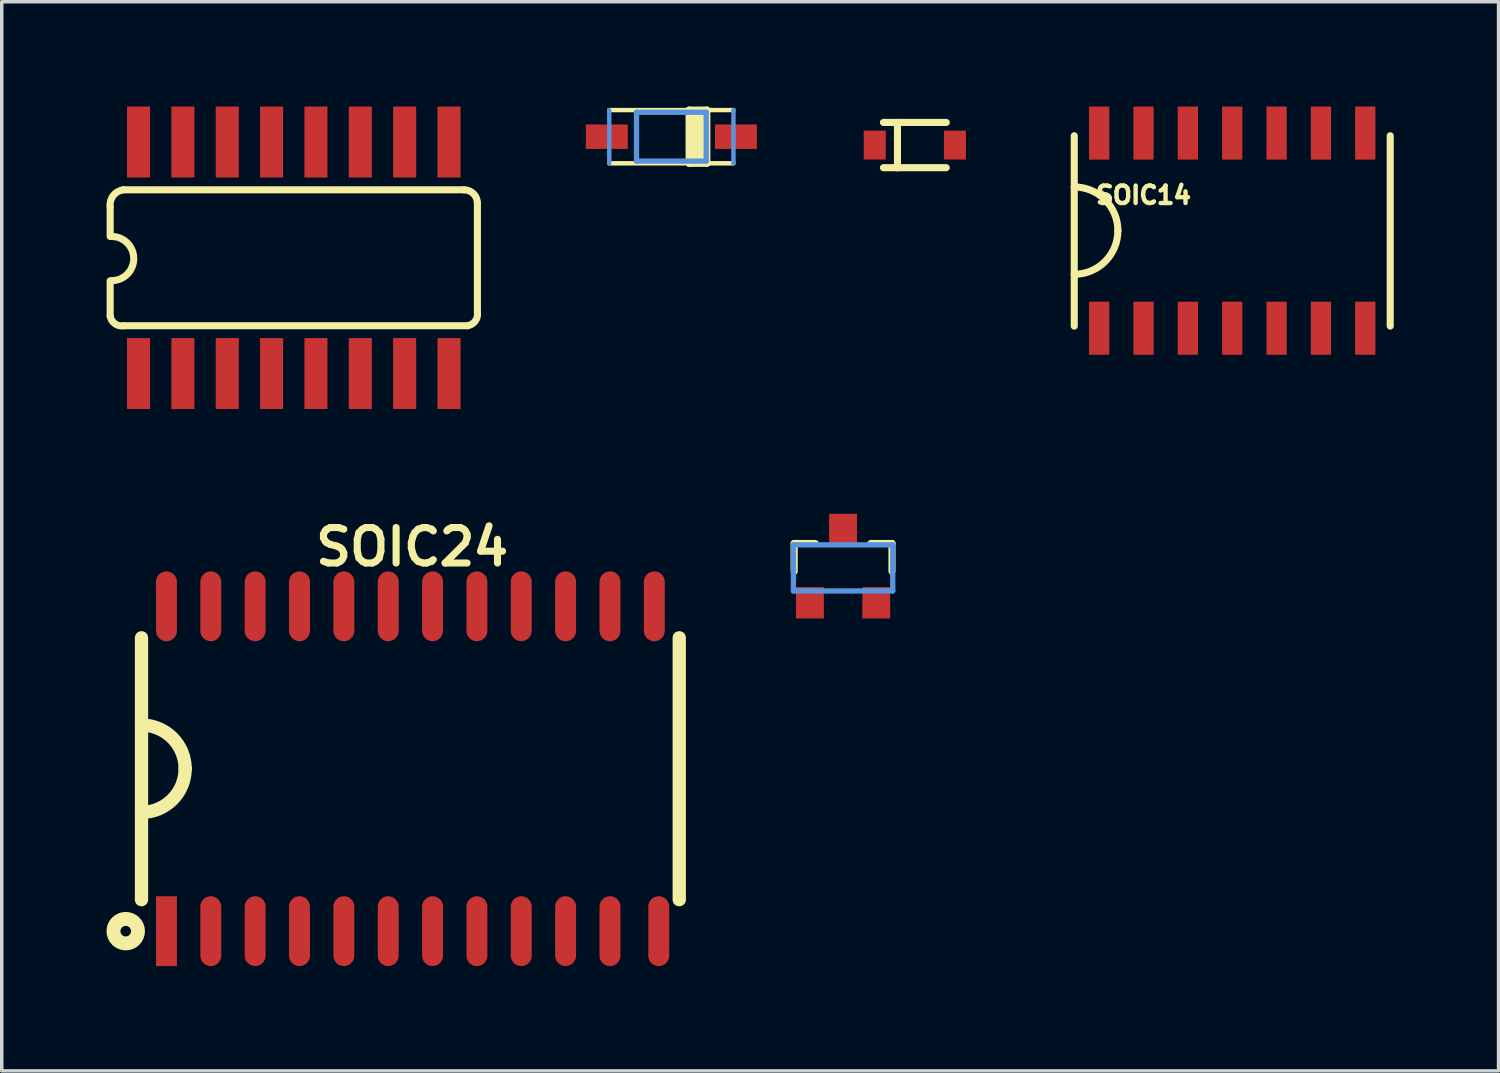
<source format=kicad_pcb>
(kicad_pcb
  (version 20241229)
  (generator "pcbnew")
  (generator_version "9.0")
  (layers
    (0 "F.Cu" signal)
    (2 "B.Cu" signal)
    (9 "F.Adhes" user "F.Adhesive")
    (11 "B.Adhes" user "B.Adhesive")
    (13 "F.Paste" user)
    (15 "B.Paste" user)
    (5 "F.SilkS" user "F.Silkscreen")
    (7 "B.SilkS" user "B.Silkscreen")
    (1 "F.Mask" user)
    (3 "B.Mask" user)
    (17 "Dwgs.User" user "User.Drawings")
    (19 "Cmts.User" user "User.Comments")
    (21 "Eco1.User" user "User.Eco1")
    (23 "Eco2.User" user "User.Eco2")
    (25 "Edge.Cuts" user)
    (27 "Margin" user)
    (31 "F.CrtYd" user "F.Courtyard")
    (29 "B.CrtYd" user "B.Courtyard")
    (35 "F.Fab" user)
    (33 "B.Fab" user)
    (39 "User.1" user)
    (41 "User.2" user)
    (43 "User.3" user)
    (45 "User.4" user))
  (footprint "SOD-323"
    (layer "F.Cu")
    (at 23.146 1.104)
    (property "Reference" "SOD-323" (at -0.076 -0.813 0) (layer "Eco1.User") (effects (font (size 0.406 0.406) (thickness 0.03))))
    (attr through_hole)
    (fp_line (start -0.899 -0.648) (end -0.498 -0.648) (stroke (width 0.203) (type solid)) (layer "F.SilkS"))
    (fp_line (start -0.899 0.648) (end -0.498 0.648) (stroke (width 0.203) (type solid)) (layer "F.SilkS"))
    (fp_line (start -0.498 -0.648) (end -0.498 0.648) (stroke (width 0.203) (type solid)) (layer "F.SilkS"))
    (fp_line (start -0.498 -0.648) (end 0.899 -0.648) (stroke (width 0.203) (type solid)) (layer "F.SilkS"))
    (fp_line (start -0.498 0.648) (end 0.899 0.648) (stroke (width 0.203) (type solid)) (layer "F.SilkS"))
    (pad "1" smd rect (at -1.148 0) (size 0.63 0.828) (layers "F.Cu" "F.Mask" "F.Paste"))
    (pad "2" smd rect (at 1.148 0) (size 0.63 0.828) (layers "F.Cu" "F.Mask" "F.Paste")))
  (footprint "SOT23-3"
    (layer "F.Cu")
    (at 21.091 13.211)
    (property "Reference" "SOT23-3" (at 0 -0.15 0) (layer "Eco1.User") (effects (font (size 0.254 0.254) (thickness 0.03))))
    (attr through_hole)
    (fp_line (start -1.4 -0.699) (end -1.4 0.099) (stroke (width 0.203) (type solid)) (layer "F.SilkS"))
    (fp_line (start -0.798 -0.699) (end -1.4 -0.699) (stroke (width 0.203) (type solid)) (layer "F.SilkS"))
    (fp_line (start 0.798 -0.699) (end 1.4 -0.699) (stroke (width 0.203) (type solid)) (layer "F.SilkS"))
    (fp_line (start 1.4 -0.699) (end 1.4 0.099) (stroke (width 0.203) (type solid)) (layer "F.SilkS"))
    (fp_line (start -1.422 -0.66) (end 1.422 -0.66) (stroke (width 0.152) (type solid)) (layer "Cmts.User"))
    (fp_line (start -1.422 0.66) (end -1.422 -0.66) (stroke (width 0.152) (type solid)) (layer "Cmts.User"))
    (fp_line (start 1.422 -0.66) (end 1.422 0.66) (stroke (width 0.152) (type solid)) (layer "Cmts.User"))
    (fp_line (start 1.422 0.66) (end -1.422 0.66) (stroke (width 0.152) (type solid)) (layer "Cmts.User"))
    (pad "1" smd rect (at -0.95 0.998) (size 0.798 0.899) (layers "F.Cu" "F.Mask" "F.Paste"))
    (pad "2" smd rect (at 0.95 0.998) (size 0.798 0.899) (layers "F.Cu" "F.Mask" "F.Paste"))
    (pad "3" smd rect (at 0 -1.1) (size 0.798 0.899) (layers "F.Cu" "F.Mask" "F.Paste")))
  (footprint "SOIC24"
    (layer "F.Cu")
    (at 8.701 18.962)
    (property "Reference" "SOIC24" (at 0.051 -6.35 0) (layer "F.SilkS") (effects (font (size 1.016 1.016) (thickness 0.203))))
    (attr smd)
    (fp_line (start -7.699 -3.749) (end -7.699 3.749) (stroke (width 0.381) (type solid)) (layer "F.SilkS"))
    (fp_line (start 7.699 -3.749) (end 7.699 3.749) (stroke (width 0.381) (type solid)) (layer "F.SilkS"))
    (fp_arc (start -7.69874 -1.24968) (mid -6.815083 -0.883657) (end -6.44906 0) (stroke (width 0.381) (type solid)) (layer "F.SilkS"))
    (fp_arc (start -6.44906 0) (mid -6.815083 0.883657) (end -7.69874 1.24968) (stroke (width 0.381) (type solid)) (layer "F.SilkS"))
    (fp_circle (center -8.151 4.651) (end -7.8 4.651) (stroke (width 0.399) (type solid)) (fill no) (layer "F.SilkS"))
    (pad "1" smd rect (at -6.985 4.651) (size 0.599 1.999) (layers "F.Cu" "F.Mask" "F.Paste"))
    (pad "2" smd oval (at -5.715 4.651) (size 0.599 1.999) (layers "F.Cu" "F.Mask" "F.Paste"))
    (pad "3" smd oval (at -4.445 4.651) (size 0.599 1.999) (layers "F.Cu" "F.Mask" "F.Paste"))
    (pad "4" smd oval (at -3.175 4.651) (size 0.599 1.999) (layers "F.Cu" "F.Mask" "F.Paste"))
    (pad "5" smd oval (at -1.905 4.651) (size 0.599 1.999) (layers "F.Cu" "F.Mask" "F.Paste"))
    (pad "6" smd oval (at -0.635 4.651) (size 0.599 1.999) (layers "F.Cu" "F.Mask" "F.Paste"))
    (pad "7" smd oval (at 0.635 4.651) (size 0.599 1.999) (layers "F.Cu" "F.Mask" "F.Paste"))
    (pad "8" smd oval (at 1.905 4.651) (size 0.599 1.999) (layers "F.Cu" "F.Mask" "F.Paste"))
    (pad "9" smd oval (at 3.175 4.651) (size 0.599 1.999) (layers "F.Cu" "F.Mask" "F.Paste"))
    (pad "10" smd oval (at 4.445 4.651) (size 0.599 1.999) (layers "F.Cu" "F.Mask" "F.Paste"))
    (pad "11" smd oval (at 5.715 4.651) (size 0.599 1.999) (layers "F.Cu" "F.Mask" "F.Paste"))
    (pad "12" smd oval (at 7.112 4.651) (size 0.599 1.999) (layers "F.Cu" "F.Mask" "F.Paste"))
    (pad "13" smd oval (at 6.985 -4.651) (size 0.599 1.999) (layers "F.Cu" "F.Mask" "F.Paste"))
    (pad "14" smd oval (at 5.715 -4.651) (size 0.599 1.999) (layers "F.Cu" "F.Mask" "F.Paste"))
    (pad "15" smd oval (at 4.445 -4.651) (size 0.599 1.999) (layers "F.Cu" "F.Mask" "F.Paste"))
    (pad "16" smd oval (at 3.175 -4.651) (size 0.599 1.999) (layers "F.Cu" "F.Mask" "F.Paste"))
    (pad "17" smd oval (at 1.905 -4.651) (size 0.599 1.999) (layers "F.Cu" "F.Mask" "F.Paste"))
    (pad "18" smd oval (at 0.635 -4.651) (size 0.599 1.999) (layers "F.Cu" "F.Mask" "F.Paste"))
    (pad "19" smd oval (at -0.635 -4.651) (size 0.599 1.999) (layers "F.Cu" "F.Mask" "F.Paste"))
    (pad "20" smd oval (at -1.905 -4.651) (size 0.599 1.999) (layers "F.Cu" "F.Mask" "F.Paste"))
    (pad "21" smd oval (at -3.175 -4.651) (size 0.599 1.999) (layers "F.Cu" "F.Mask" "F.Paste"))
    (pad "22" smd oval (at -4.445 -4.651) (size 0.599 1.999) (layers "F.Cu" "F.Mask" "F.Paste"))
    (pad "23" smd oval (at -5.715 -4.651) (size 0.599 1.999) (layers "F.Cu" "F.Mask" "F.Paste"))
    (pad "24" smd oval (at -6.985 -4.651) (size 0.599 1.999) (layers "F.Cu" "F.Mask" "F.Paste")))
  (footprint "SOIC14"
    (layer "F.Cu")
    (at 32.234 3.554)
    (property "Reference" "SOIC14" (at -2.54 -1.016 0) (layer "F.SilkS") (effects (font (size 0.5 0.5) (thickness 0.125))))
    (attr smd)
    (fp_line (start -4.524 -2.716) (end -4.524 2.733) (stroke (width 0.203) (type solid)) (layer "F.SilkS"))
    (fp_line (start 4.524 -2.716) (end 4.524 2.733) (stroke (width 0.203) (type solid)) (layer "F.SilkS"))
    (fp_arc (start -4.52374 -1.24968) (mid -3.640083 -0.883657) (end -3.27406 0) (stroke (width 0.2032) (type solid)) (layer "F.SilkS"))
    (fp_arc (start -3.27406 0) (mid -3.640083 0.883657) (end -4.52374 1.24968) (stroke (width 0.2032) (type solid)) (layer "F.SilkS"))
    (pad "1" smd rect (at -3.81 2.794) (size 0.58 1.52) (layers "F.Cu" "F.Mask" "F.Paste"))
    (pad "2" smd rect (at -2.54 2.794) (size 0.58 1.52) (layers "F.Cu" "F.Mask" "F.Paste"))
    (pad "3" smd rect (at -1.27 2.794) (size 0.58 1.52) (layers "F.Cu" "F.Mask" "F.Paste"))
    (pad "4" smd rect (at 0 2.794) (size 0.58 1.52) (layers "F.Cu" "F.Mask" "F.Paste"))
    (pad "5" smd rect (at 1.27 2.794) (size 0.58 1.52) (layers "F.Cu" "F.Mask" "F.Paste"))
    (pad "6" smd rect (at 2.54 2.794) (size 0.58 1.52) (layers "F.Cu" "F.Mask" "F.Paste"))
    (pad "7" smd rect (at 3.81 2.794) (size 0.58 1.52) (layers "F.Cu" "F.Mask" "F.Paste"))
    (pad "8" smd rect (at 3.81 -2.794) (size 0.58 1.52) (layers "F.Cu" "F.Mask" "F.Paste"))
    (pad "9" smd rect (at 2.54 -2.794) (size 0.58 1.52) (layers "F.Cu" "F.Mask" "F.Paste"))
    (pad "10" smd rect (at 1.27 -2.794) (size 0.58 1.52) (layers "F.Cu" "F.Mask" "F.Paste"))
    (pad "11" smd rect (at 0 -2.794) (size 0.58 1.52) (layers "F.Cu" "F.Mask" "F.Paste"))
    (pad "12" smd rect (at -1.27 -2.794) (size 0.58 1.52) (layers "F.Cu" "F.Mask" "F.Paste"))
    (pad "13" smd rect (at -2.54 -2.794) (size 0.58 1.52) (layers "F.Cu" "F.Mask" "F.Paste"))
    (pad "14" smd rect (at -3.81 -2.794) (size 0.58 1.52) (layers "F.Cu" "F.Mask" "F.Paste")))
  (footprint "SOD-123"
    (layer "F.Cu")
    (at 16.174 0.864)
    (property "Reference" "SOD-123" (at -0.305 0 0) (layer "Eco1.User") (effects (font (size 0.406 0.406) (thickness 0.03))))
    (attr through_hole)
    (fp_line (start -1.778 -0.762) (end 1.778 -0.762) (stroke (width 0.127) (type solid)) (layer "F.SilkS"))
    (fp_line (start 0.508 -0.762) (end 1.016 -0.762) (stroke (width 0.203) (type solid)) (layer "F.SilkS"))
    (fp_line (start 0.508 0.762) (end 0.508 -0.762) (stroke (width 0.203) (type solid)) (layer "F.SilkS"))
    (fp_line (start 0.635 -0.635) (end 0.635 0.635) (stroke (width 0.203) (type solid)) (layer "F.SilkS"))
    (fp_line (start 0.635 0.635) (end 0.762 0.635) (stroke (width 0.203) (type solid)) (layer "F.SilkS"))
    (fp_line (start 0.762 -0.635) (end 0.889 -0.635) (stroke (width 0.203) (type solid)) (layer "F.SilkS"))
    (fp_line (start 0.762 0.635) (end 0.762 -0.635) (stroke (width 0.203) (type solid)) (layer "F.SilkS"))
    (fp_line (start 0.889 -0.635) (end 0.889 0.635) (stroke (width 0.203) (type solid)) (layer "F.SilkS"))
    (fp_line (start 1.016 -0.762) (end 1.016 0.762) (stroke (width 0.203) (type solid)) (layer "F.SilkS"))
    (fp_line (start 1.016 0.762) (end 0.508 0.762) (stroke (width 0.203) (type solid)) (layer "F.SilkS"))
    (fp_line (start 1.778 0.762) (end -1.778 0.762) (stroke (width 0.127) (type solid)) (layer "F.SilkS"))
    (fp_line (start -1.778 0.762) (end -1.778 -0.762) (stroke (width 0.127) (type solid)) (layer "Cmts.User"))
    (fp_line (start -0.998 -0.699) (end 0.998 -0.699) (stroke (width 0.152) (type solid)) (layer "Cmts.User"))
    (fp_line (start -0.998 0.699) (end -0.998 -0.699) (stroke (width 0.152) (type solid)) (layer "Cmts.User"))
    (fp_line (start 0.998 -0.699) (end 0.998 0.699) (stroke (width 0.152) (type solid)) (layer "Cmts.User"))
    (fp_line (start 0.998 0.699) (end -0.998 0.699) (stroke (width 0.152) (type solid)) (layer "Cmts.User"))
    (fp_line (start 1.778 -0.762) (end 1.778 0.762) (stroke (width 0.127) (type solid)) (layer "Cmts.User"))
    (pad "A" smd rect (at -1.849 0) (size 1.199 0.699) (layers "F.Cu" "F.Mask" "F.Paste"))
    (pad "K" smd rect (at 1.849 0) (size 1.199 0.699) (layers "F.Cu" "F.Mask" "F.Paste")))
  (footprint "SO016"
    (layer "F.Cu")
    (at 5.362 4.331)
    (property "Reference" "SO016" (at -2.591 0.305 0) (layer "Eco1.User") (effects (font (size 0.61 0.61) (thickness 0.061))))
    (attr through_hole)
    (fp_line (start -5.258 -1.45) (end -5.258 -0.61) (stroke (width 0.203) (type solid)) (layer "F.SilkS"))
    (fp_line (start -5.258 1.664) (end -5.258 0.66) (stroke (width 0.203) (type solid)) (layer "F.SilkS"))
    (fp_line (start -4.877 1.946) (end 4.976 1.946) (stroke (width 0.203) (type solid)) (layer "F.SilkS"))
    (fp_line (start 4.877 -1.946) (end -4.877 -1.946) (stroke (width 0.203) (type solid)) (layer "F.SilkS"))
    (fp_line (start 5.258 1.565) (end 5.258 -1.565) (stroke (width 0.203) (type solid)) (layer "F.SilkS"))
    (fp_arc (start -5.2578 -1.46304) (mid -5.16725 -1.783248) (end -4.8768 -1.94564) (stroke (width 0.2032) (type solid)) (layer "F.SilkS"))
    (fp_arc (start -5.207 -0.6096) (mid -4.57454 0.02286) (end -5.207 0.65532) (stroke (width 0.2032) (type solid)) (layer "F.SilkS"))
    (fp_arc (start -4.8768 1.94818) (mid -5.126218 1.884848) (end -5.2578 1.6637) (stroke (width 0.2032) (type solid)) (layer "F.SilkS"))
    (fp_arc (start 4.8768 -1.94564) (mid 5.146208 -1.834048) (end 5.2578 -1.56464) (stroke (width 0.2032) (type solid)) (layer "F.SilkS"))
    (fp_arc (start 5.2578 1.5621) (mid 5.196264 1.812262) (end 4.97586 1.94564) (stroke (width 0.2032) (type solid)) (layer "F.SilkS"))
    (pad "1" smd rect (at -4.445 3.315) (size 0.66 2.032) (layers "F.Cu" "F.Mask" "F.Paste"))
    (pad "2" smd rect (at -3.175 3.315) (size 0.66 2.032) (layers "F.Cu" "F.Mask" "F.Paste"))
    (pad "3" smd rect (at -1.905 3.315) (size 0.66 2.032) (layers "F.Cu" "F.Mask" "F.Paste"))
    (pad "4" smd rect (at -0.635 3.315) (size 0.66 2.032) (layers "F.Cu" "F.Mask" "F.Paste"))
    (pad "5" smd rect (at 0.635 3.315) (size 0.66 2.032) (layers "F.Cu" "F.Mask" "F.Paste"))
    (pad "6" smd rect (at 1.905 3.315) (size 0.66 2.032) (layers "F.Cu" "F.Mask" "F.Paste"))
    (pad "7" smd rect (at 3.175 3.315) (size 0.66 2.032) (layers "F.Cu" "F.Mask" "F.Paste"))
    (pad "8" smd rect (at 4.445 3.315) (size 0.66 2.032) (layers "F.Cu" "F.Mask" "F.Paste"))
    (pad "9" smd rect (at 4.445 -3.315) (size 0.66 2.032) (layers "F.Cu" "F.Mask" "F.Paste"))
    (pad "10" smd rect (at 3.175 -3.315) (size 0.66 2.032) (layers "F.Cu" "F.Mask" "F.Paste"))
    (pad "11" smd rect (at 1.905 -3.315) (size 0.66 2.032) (layers "F.Cu" "F.Mask" "F.Paste"))
    (pad "12" smd rect (at 0.635 -3.315) (size 0.66 2.032) (layers "F.Cu" "F.Mask" "F.Paste"))
    (pad "13" smd rect (at -0.635 -3.315) (size 0.66 2.032) (layers "F.Cu" "F.Mask" "F.Paste"))
    (pad "14" smd rect (at -1.905 -3.315) (size 0.66 2.032) (layers "F.Cu" "F.Mask" "F.Paste"))
    (pad "15" smd rect (at -3.175 -3.315) (size 0.66 2.032) (layers "F.Cu" "F.Mask" "F.Paste"))
    (pad "16" smd rect (at -4.445 -3.315) (size 0.66 2.032) (layers "F.Cu" "F.Mask" "F.Paste")))
  (gr_rect
    (start -3 -3)
    (end 39.86 27.613)
    (stroke (width 0.1) (type default))
    (fill no)
    (layer "Edge.Cuts")))
</source>
